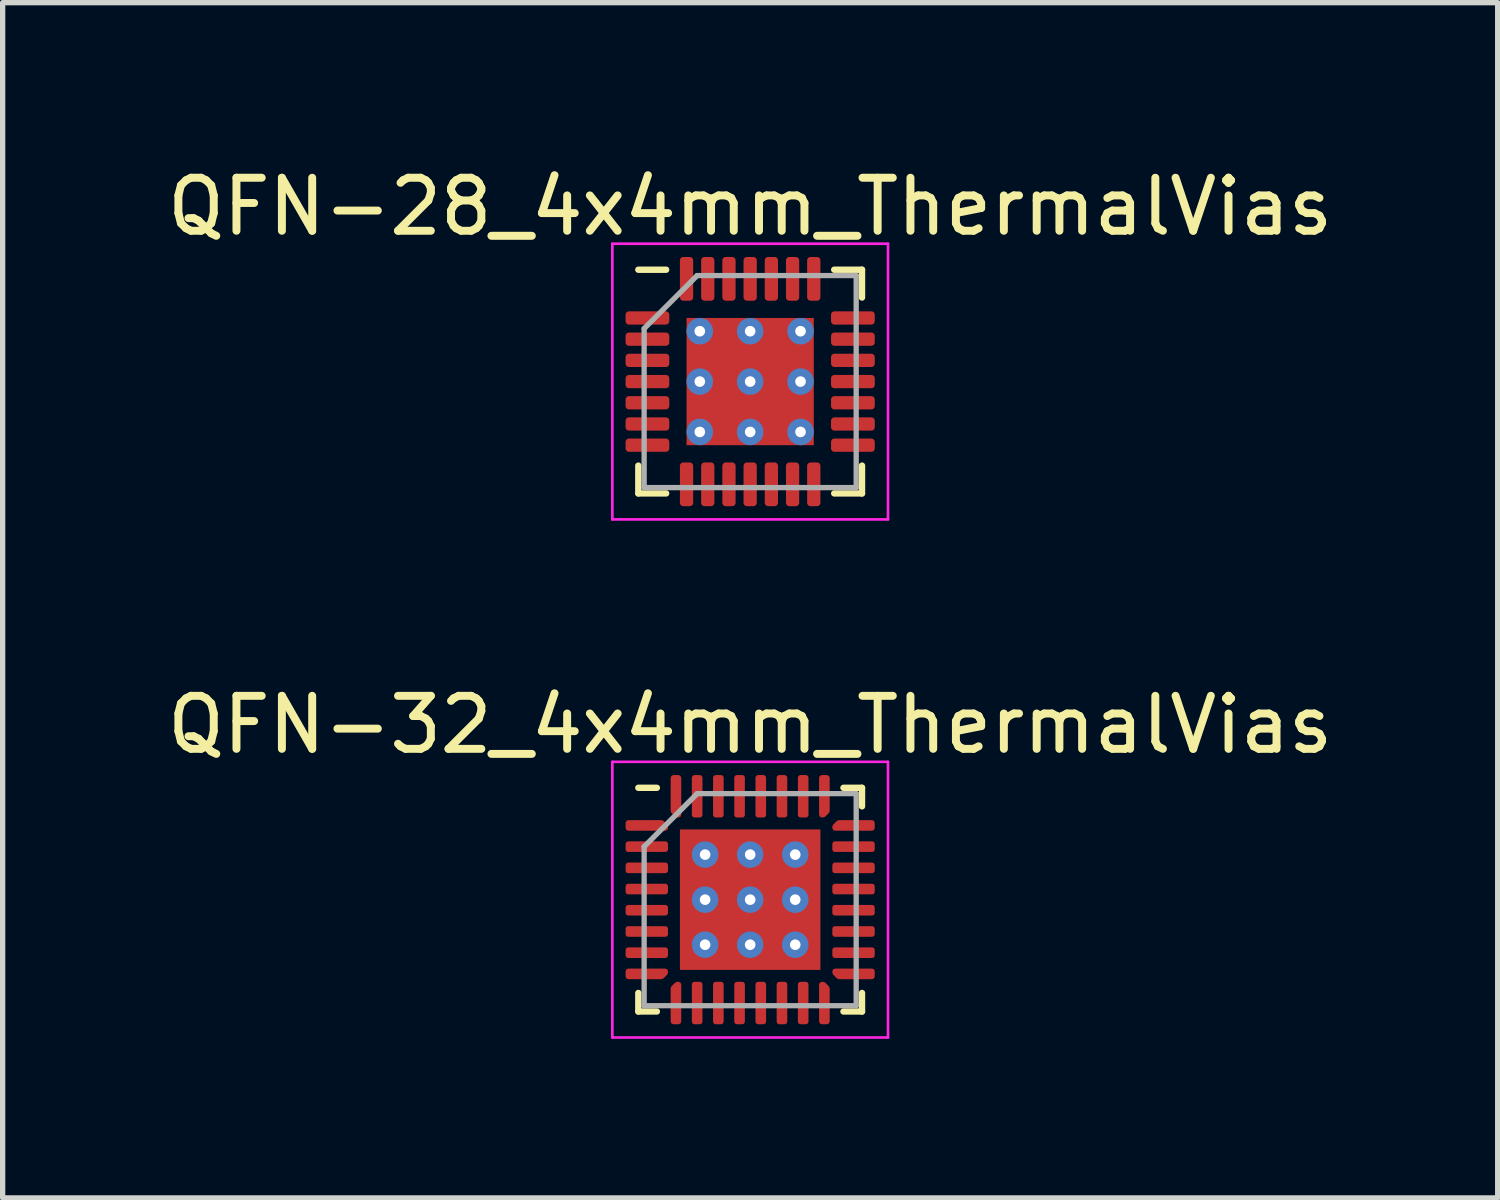
<source format=kicad_pcb>
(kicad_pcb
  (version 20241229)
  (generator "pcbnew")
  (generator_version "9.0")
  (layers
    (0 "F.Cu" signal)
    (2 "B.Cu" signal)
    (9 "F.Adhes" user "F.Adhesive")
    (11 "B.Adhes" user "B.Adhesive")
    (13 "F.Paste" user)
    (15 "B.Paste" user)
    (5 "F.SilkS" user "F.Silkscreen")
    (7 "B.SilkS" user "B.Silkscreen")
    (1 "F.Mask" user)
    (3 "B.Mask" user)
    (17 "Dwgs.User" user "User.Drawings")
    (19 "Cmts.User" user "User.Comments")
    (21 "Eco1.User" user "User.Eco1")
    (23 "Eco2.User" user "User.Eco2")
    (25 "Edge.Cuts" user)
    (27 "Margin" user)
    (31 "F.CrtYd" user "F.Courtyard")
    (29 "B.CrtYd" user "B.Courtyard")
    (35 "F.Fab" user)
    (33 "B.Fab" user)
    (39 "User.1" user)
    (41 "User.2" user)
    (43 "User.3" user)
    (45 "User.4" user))
  (footprint "QFN-32_4x4mm_ThermalVias"
    (layer "F.Cu")
    (at 11.101 13.921)
    (property "Reference" "QFN-32_4x4mm_ThermalVias" (at 0 -3.3 0) (layer "F.SilkS") (effects (font (size 1 1) (thickness 0.15))))
    (attr smd)
    (fp_line (start -2.11 2.11) (end -2.11 1.76) (stroke (width 0.12) (type solid)) (layer "F.SilkS"))
    (fp_line (start -1.76 -2.11) (end -2.11 -2.11) (stroke (width 0.12) (type solid)) (layer "F.SilkS"))
    (fp_line (start -1.76 2.11) (end -2.11 2.11) (stroke (width 0.12) (type solid)) (layer "F.SilkS"))
    (fp_line (start 1.76 -2.11) (end 2.11 -2.11) (stroke (width 0.12) (type solid)) (layer "F.SilkS"))
    (fp_line (start 1.76 2.11) (end 2.11 2.11) (stroke (width 0.12) (type solid)) (layer "F.SilkS"))
    (fp_line (start 2.11 -2.11) (end 2.11 -1.76) (stroke (width 0.12) (type solid)) (layer "F.SilkS"))
    (fp_line (start 2.11 2.11) (end 2.11 1.76) (stroke (width 0.12) (type solid)) (layer "F.SilkS"))
    (fp_line (start -2.6 -2.6) (end -2.6 2.6) (stroke (width 0.05) (type solid)) (layer "F.CrtYd"))
    (fp_line (start -2.6 2.6) (end 2.6 2.6) (stroke (width 0.05) (type solid)) (layer "F.CrtYd"))
    (fp_line (start 2.6 -2.6) (end -2.6 -2.6) (stroke (width 0.05) (type solid)) (layer "F.CrtYd"))
    (fp_line (start 2.6 2.6) (end 2.6 -2.6) (stroke (width 0.05) (type solid)) (layer "F.CrtYd"))
    (fp_line (start -2 -1) (end -1 -2) (stroke (width 0.1) (type solid)) (layer "F.Fab"))
    (fp_line (start -2 2) (end -2 -1) (stroke (width 0.1) (type solid)) (layer "F.Fab"))
    (fp_line (start -1 -2) (end 2 -2) (stroke (width 0.1) (type solid)) (layer "F.Fab"))
    (fp_line (start 2 -2) (end 2 2) (stroke (width 0.1) (type solid)) (layer "F.Fab"))
    (fp_line (start 2 2) (end -2 2) (stroke (width 0.1) (type solid)) (layer "F.Fab"))
    (pad "" smd custom (at -1.087 -1.087) (size 0.248 0.248) (layers "F.Paste") (options (anchor circle)) (primitives (gr_poly (pts (xy -0.096 -0.096) (xy 0.096 -0.096) (xy 0.096 -0.039) (xy -0.039 0.096) (xy -0.096 0.096)) (width 0.191) (fill yes))))
    (pad "" smd custom (at -1.087 -0.425) (size 0.274 0.274) (layers "F.Paste") (options (anchor circle)) (primitives (gr_poly (pts (xy -0.096 -0.247) (xy -0.003 -0.247) (xy 0.096 -0.149) (xy 0.096 0.149) (xy -0.003 0.247) (xy -0.096 0.247)) (width 0.191) (fill yes))))
    (pad "" smd custom (at -1.087 0.425) (size 0.274 0.274) (layers "F.Paste") (options (anchor circle)) (primitives (gr_poly (pts (xy -0.096 -0.247) (xy -0.003 -0.247) (xy 0.096 -0.149) (xy 0.096 0.149) (xy -0.003 0.247) (xy -0.096 0.247)) (width 0.191) (fill yes))))
    (pad "" smd custom (at -1.087 1.087) (size 0.248 0.248) (layers "F.Paste") (options (anchor circle)) (primitives (gr_poly (pts (xy -0.096 -0.096) (xy -0.039 -0.096) (xy 0.096 0.039) (xy 0.096 0.096) (xy -0.096 0.096)) (width 0.191) (fill yes))))
    (pad "" smd custom (at -0.425 -1.087) (size 0.274 0.274) (layers "F.Paste") (options (anchor circle)) (primitives (gr_poly (pts (xy -0.247 -0.096) (xy 0.247 -0.096) (xy 0.247 -0.003) (xy 0.149 0.096) (xy -0.149 0.096) (xy -0.247 -0.003)) (width 0.191) (fill yes))))
    (pad "" smd custom (at -0.425 -0.425) (size 0.602 0.602) (layers "F.Paste") (options (anchor circle)) (primitives (gr_poly (pts (xy -0.259 -0.19) (xy -0.19 -0.259) (xy 0.19 -0.259) (xy 0.259 -0.19) (xy 0.259 0.19) (xy 0.19 0.259) (xy -0.19 0.259) (xy -0.259 0.19)) (width 0.167) (fill yes))))
    (pad "" smd custom (at -0.425 0.425) (size 0.602 0.602) (layers "F.Paste") (options (anchor circle)) (primitives (gr_poly (pts (xy -0.259 -0.19) (xy -0.19 -0.259) (xy 0.19 -0.259) (xy 0.259 -0.19) (xy 0.259 0.19) (xy 0.19 0.259) (xy -0.19 0.259) (xy -0.259 0.19)) (width 0.167) (fill yes))))
    (pad "" smd custom (at -0.425 1.087) (size 0.274 0.274) (layers "F.Paste") (options (anchor circle)) (primitives (gr_poly (pts (xy -0.247 0.003) (xy -0.149 -0.096) (xy 0.149 -0.096) (xy 0.247 0.003) (xy 0.247 0.096) (xy -0.247 0.096)) (width 0.191) (fill yes))))
    (pad "" smd custom (at 0.425 -1.087) (size 0.274 0.274) (layers "F.Paste") (options (anchor circle)) (primitives (gr_poly (pts (xy -0.247 -0.096) (xy 0.247 -0.096) (xy 0.247 -0.003) (xy 0.149 0.096) (xy -0.149 0.096) (xy -0.247 -0.003)) (width 0.191) (fill yes))))
    (pad "" smd custom (at 0.425 -0.425) (size 0.602 0.602) (layers "F.Paste") (options (anchor circle)) (primitives (gr_poly (pts (xy -0.259 -0.19) (xy -0.19 -0.259) (xy 0.19 -0.259) (xy 0.259 -0.19) (xy 0.259 0.19) (xy 0.19 0.259) (xy -0.19 0.259) (xy -0.259 0.19)) (width 0.167) (fill yes))))
    (pad "" smd custom (at 0.425 0.425) (size 0.602 0.602) (layers "F.Paste") (options (anchor circle)) (primitives (gr_poly (pts (xy -0.259 -0.19) (xy -0.19 -0.259) (xy 0.19 -0.259) (xy 0.259 -0.19) (xy 0.259 0.19) (xy 0.19 0.259) (xy -0.19 0.259) (xy -0.259 0.19)) (width 0.167) (fill yes))))
    (pad "" smd custom (at 0.425 1.087) (size 0.274 0.274) (layers "F.Paste") (options (anchor circle)) (primitives (gr_poly (pts (xy -0.247 0.003) (xy -0.149 -0.096) (xy 0.149 -0.096) (xy 0.247 0.003) (xy 0.247 0.096) (xy -0.247 0.096)) (width 0.191) (fill yes))))
    (pad "" smd custom (at 1.087 -1.087) (size 0.248 0.248) (layers "F.Paste") (options (anchor circle)) (primitives (gr_poly (pts (xy -0.096 -0.096) (xy 0.096 -0.096) (xy 0.096 0.096) (xy 0.039 0.096) (xy -0.096 -0.039)) (width 0.191) (fill yes))))
    (pad "" smd custom (at 1.087 -0.425) (size 0.274 0.274) (layers "F.Paste") (options (anchor circle)) (primitives (gr_poly (pts (xy -0.096 -0.149) (xy 0.003 -0.247) (xy 0.096 -0.247) (xy 0.096 0.247) (xy 0.003 0.247) (xy -0.096 0.149)) (width 0.191) (fill yes))))
    (pad "" smd custom (at 1.087 0.425) (size 0.274 0.274) (layers "F.Paste") (options (anchor circle)) (primitives (gr_poly (pts (xy -0.096 -0.149) (xy 0.003 -0.247) (xy 0.096 -0.247) (xy 0.096 0.247) (xy 0.003 0.247) (xy -0.096 0.149)) (width 0.191) (fill yes))))
    (pad "" smd custom (at 1.087 1.087) (size 0.248 0.248) (layers "F.Paste") (options (anchor circle)) (primitives (gr_poly (pts (xy -0.096 0.039) (xy 0.039 -0.096) (xy 0.096 -0.096) (xy 0.096 0.096) (xy -0.096 0.096)) (width 0.191) (fill yes))))
    (pad "1" smd custom (at -1.95 -1.4) (size 0.129 0.129) (layers "F.Cu" "F.Mask" "F.Paste") (options (anchor circle)) (primitives (gr_poly (pts (xy -0.35 -0.05) (xy 0.279 -0.05) (xy 0.35 0.021) (xy 0.35 0.05) (xy -0.35 0.05)) (width 0.1) (fill yes))))
    (pad "2" smd roundrect (at -1.95 -1) (size 0.8 0.2) (layers "F.Cu" "F.Mask" "F.Paste") (roundrect_rratio 0.25))
    (pad "3" smd roundrect (at -1.95 -0.6) (size 0.8 0.2) (layers "F.Cu" "F.Mask" "F.Paste") (roundrect_rratio 0.25))
    (pad "4" smd roundrect (at -1.95 -0.2) (size 0.8 0.2) (layers "F.Cu" "F.Mask" "F.Paste") (roundrect_rratio 0.25))
    (pad "5" smd roundrect (at -1.95 0.2) (size 0.8 0.2) (layers "F.Cu" "F.Mask" "F.Paste") (roundrect_rratio 0.25))
    (pad "6" smd roundrect (at -1.95 0.6) (size 0.8 0.2) (layers "F.Cu" "F.Mask" "F.Paste") (roundrect_rratio 0.25))
    (pad "7" smd roundrect (at -1.95 1) (size 0.8 0.2) (layers "F.Cu" "F.Mask" "F.Paste") (roundrect_rratio 0.25))
    (pad "8" smd custom (at -1.95 1.4) (size 0.129 0.129) (layers "F.Cu" "F.Mask" "F.Paste") (options (anchor circle)) (primitives (gr_poly (pts (xy -0.35 -0.05) (xy 0.35 -0.05) (xy 0.35 -0.021) (xy 0.279 0.05) (xy -0.35 0.05)) (width 0.1) (fill yes))))
    (pad "9" smd custom (at -1.4 1.95) (size 0.129 0.129) (layers "F.Cu" "F.Mask" "F.Paste") (options (anchor circle)) (primitives (gr_poly (pts (xy -0.05 -0.279) (xy 0.021 -0.35) (xy 0.05 -0.35) (xy 0.05 0.35) (xy -0.05 0.35)) (width 0.1) (fill yes))))
    (pad "10" smd roundrect (at -1 1.95) (size 0.2 0.8) (layers "F.Cu" "F.Mask" "F.Paste") (roundrect_rratio 0.25))
    (pad "11" smd roundrect (at -0.6 1.95) (size 0.2 0.8) (layers "F.Cu" "F.Mask" "F.Paste") (roundrect_rratio 0.25))
    (pad "12" smd roundrect (at -0.2 1.95) (size 0.2 0.8) (layers "F.Cu" "F.Mask" "F.Paste") (roundrect_rratio 0.25))
    (pad "13" smd roundrect (at 0.2 1.95) (size 0.2 0.8) (layers "F.Cu" "F.Mask" "F.Paste") (roundrect_rratio 0.25))
    (pad "14" smd roundrect (at 0.6 1.95) (size 0.2 0.8) (layers "F.Cu" "F.Mask" "F.Paste") (roundrect_rratio 0.25))
    (pad "15" smd roundrect (at 1 1.95) (size 0.2 0.8) (layers "F.Cu" "F.Mask" "F.Paste") (roundrect_rratio 0.25))
    (pad "16" smd custom (at 1.4 1.95) (size 0.129 0.129) (layers "F.Cu" "F.Mask" "F.Paste") (options (anchor circle)) (primitives (gr_poly (pts (xy -0.05 -0.35) (xy -0.021 -0.35) (xy 0.05 -0.279) (xy 0.05 0.35) (xy -0.05 0.35)) (width 0.1) (fill yes))))
    (pad "17" smd custom (at 1.95 1.4) (size 0.129 0.129) (layers "F.Cu" "F.Mask" "F.Paste") (options (anchor circle)) (primitives (gr_poly (pts (xy -0.35 -0.05) (xy 0.35 -0.05) (xy 0.35 0.05) (xy -0.279 0.05) (xy -0.35 -0.021)) (width 0.1) (fill yes))))
    (pad "18" smd roundrect (at 1.95 1) (size 0.8 0.2) (layers "F.Cu" "F.Mask" "F.Paste") (roundrect_rratio 0.25))
    (pad "19" smd roundrect (at 1.95 0.6) (size 0.8 0.2) (layers "F.Cu" "F.Mask" "F.Paste") (roundrect_rratio 0.25))
    (pad "20" smd roundrect (at 1.95 0.2) (size 0.8 0.2) (layers "F.Cu" "F.Mask" "F.Paste") (roundrect_rratio 0.25))
    (pad "21" smd roundrect (at 1.95 -0.2) (size 0.8 0.2) (layers "F.Cu" "F.Mask" "F.Paste") (roundrect_rratio 0.25))
    (pad "22" smd roundrect (at 1.95 -0.6) (size 0.8 0.2) (layers "F.Cu" "F.Mask" "F.Paste") (roundrect_rratio 0.25))
    (pad "23" smd roundrect (at 1.95 -1) (size 0.8 0.2) (layers "F.Cu" "F.Mask" "F.Paste") (roundrect_rratio 0.25))
    (pad "24" smd custom (at 1.95 -1.4) (size 0.129 0.129) (layers "F.Cu" "F.Mask" "F.Paste") (options (anchor circle)) (primitives (gr_poly (pts (xy -0.35 0.021) (xy -0.279 -0.05) (xy 0.35 -0.05) (xy 0.35 0.05) (xy -0.35 0.05)) (width 0.1) (fill yes))))
    (pad "25" smd custom (at 1.4 -1.95) (size 0.129 0.129) (layers "F.Cu" "F.Mask" "F.Paste") (options (anchor circle)) (primitives (gr_poly (pts (xy -0.05 -0.35) (xy 0.05 -0.35) (xy 0.05 0.279) (xy -0.021 0.35) (xy -0.05 0.35)) (width 0.1) (fill yes))))
    (pad "26" smd roundrect (at 1 -1.95) (size 0.2 0.8) (layers "F.Cu" "F.Mask" "F.Paste") (roundrect_rratio 0.25))
    (pad "27" smd roundrect (at 0.6 -1.95) (size 0.2 0.8) (layers "F.Cu" "F.Mask" "F.Paste") (roundrect_rratio 0.25))
    (pad "28" smd roundrect (at 0.2 -1.95) (size 0.2 0.8) (layers "F.Cu" "F.Mask" "F.Paste") (roundrect_rratio 0.25))
    (pad "29" smd roundrect (at -0.2 -1.95) (size 0.2 0.8) (layers "F.Cu" "F.Mask" "F.Paste") (roundrect_rratio 0.25))
    (pad "30" smd roundrect (at -0.6 -1.95) (size 0.2 0.8) (layers "F.Cu" "F.Mask" "F.Paste") (roundrect_rratio 0.25))
    (pad "31" smd roundrect (at -1 -1.95) (size 0.2 0.8) (layers "F.Cu" "F.Mask" "F.Paste") (roundrect_rratio 0.25))
    (pad "32" smd custom (at -1.4 -1.95) (size 0.129 0.129) (layers "F.Cu" "F.Mask" "F.Paste") (options (anchor circle)) (primitives (gr_poly (pts (xy -0.05 -0.35) (xy 0.05 -0.35) (xy 0.05 0.35) (xy 0.021 0.35) (xy -0.05 0.279)) (width 0.1) (fill yes))))
    (pad "33" thru_hole circle (at -0.85 -0.85) (size 0.5 0.5) (drill 0.2) (layers "*.Cu"))
    (pad "33" thru_hole circle (at -0.85 0) (size 0.5 0.5) (drill 0.2) (layers "*.Cu"))
    (pad "33" thru_hole circle (at -0.85 0.85) (size 0.5 0.5) (drill 0.2) (layers "*.Cu"))
    (pad "33" thru_hole circle (at 0 -0.85) (size 0.5 0.5) (drill 0.2) (layers "*.Cu"))
    (pad "33" thru_hole circle (at 0 0) (size 0.5 0.5) (drill 0.2) (layers "*.Cu"))
    (pad "33" smd rect (at 0 0) (size 2.65 2.65) (layers "F.Cu" "F.Mask"))
    (pad "33" thru_hole circle (at 0 0.85) (size 0.5 0.5) (drill 0.2) (layers "*.Cu"))
    (pad "33" thru_hole circle (at 0.85 -0.85) (size 0.5 0.5) (drill 0.2) (layers "*.Cu"))
    (pad "33" thru_hole circle (at 0.85 0) (size 0.5 0.5) (drill 0.2) (layers "*.Cu"))
    (pad "33" thru_hole circle (at 0.85 0.85) (size 0.5 0.5) (drill 0.2) (layers "*.Cu")))
  (footprint "QFN-28_4x4mm_ThermalVias"
    (layer "F.Cu")
    (at 11.101 4.148)
    (property "Reference" "QFN-28_4x4mm_ThermalVias" (at 0 -3.3 0) (layer "F.SilkS") (effects (font (size 1 1) (thickness 0.15))))
    (attr smd)
    (fp_line (start -2.11 2.11) (end -2.11 1.585) (stroke (width 0.12) (type solid)) (layer "F.SilkS"))
    (fp_line (start -1.585 -2.11) (end -2.11 -2.11) (stroke (width 0.12) (type solid)) (layer "F.SilkS"))
    (fp_line (start -1.585 2.11) (end -2.11 2.11) (stroke (width 0.12) (type solid)) (layer "F.SilkS"))
    (fp_line (start 1.585 -2.11) (end 2.11 -2.11) (stroke (width 0.12) (type solid)) (layer "F.SilkS"))
    (fp_line (start 1.585 2.11) (end 2.11 2.11) (stroke (width 0.12) (type solid)) (layer "F.SilkS"))
    (fp_line (start 2.11 -2.11) (end 2.11 -1.585) (stroke (width 0.12) (type solid)) (layer "F.SilkS"))
    (fp_line (start 2.11 2.11) (end 2.11 1.585) (stroke (width 0.12) (type solid)) (layer "F.SilkS"))
    (fp_line (start -2.6 -2.6) (end -2.6 2.6) (stroke (width 0.05) (type solid)) (layer "F.CrtYd"))
    (fp_line (start -2.6 2.6) (end 2.6 2.6) (stroke (width 0.05) (type solid)) (layer "F.CrtYd"))
    (fp_line (start 2.6 -2.6) (end -2.6 -2.6) (stroke (width 0.05) (type solid)) (layer "F.CrtYd"))
    (fp_line (start 2.6 2.6) (end 2.6 -2.6) (stroke (width 0.05) (type solid)) (layer "F.CrtYd"))
    (fp_line (start -2 -1) (end -1 -2) (stroke (width 0.1) (type solid)) (layer "F.Fab"))
    (fp_line (start -2 2) (end -2 -1) (stroke (width 0.1) (type solid)) (layer "F.Fab"))
    (fp_line (start -1 -2) (end 2 -2) (stroke (width 0.1) (type solid)) (layer "F.Fab"))
    (fp_line (start 2 -2) (end 2 2) (stroke (width 0.1) (type solid)) (layer "F.Fab"))
    (fp_line (start 2 2) (end -2 2) (stroke (width 0.1) (type solid)) (layer "F.Fab"))
    (pad "" smd roundrect (at -0.6 -0.6) (size 1.04 1.04) (layers "F.Paste") (roundrect_rratio 0.24))
    (pad "" smd roundrect (at -0.6 0.6) (size 1.04 1.04) (layers "F.Paste") (roundrect_rratio 0.24))
    (pad "" smd roundrect (at 0.6 -0.6) (size 1.04 1.04) (layers "F.Paste") (roundrect_rratio 0.24))
    (pad "" smd roundrect (at 0.6 0.6) (size 1.04 1.04) (layers "F.Paste") (roundrect_rratio 0.24))
    (pad "1" smd roundrect (at -1.938 -1.2) (size 0.825 0.25) (layers "F.Cu" "F.Mask" "F.Paste") (roundrect_rratio 0.25))
    (pad "2" smd roundrect (at -1.938 -0.8) (size 0.825 0.25) (layers "F.Cu" "F.Mask" "F.Paste") (roundrect_rratio 0.25))
    (pad "3" smd roundrect (at -1.938 -0.4) (size 0.825 0.25) (layers "F.Cu" "F.Mask" "F.Paste") (roundrect_rratio 0.25))
    (pad "4" smd roundrect (at -1.938 0) (size 0.825 0.25) (layers "F.Cu" "F.Mask" "F.Paste") (roundrect_rratio 0.25))
    (pad "5" smd roundrect (at -1.938 0.4) (size 0.825 0.25) (layers "F.Cu" "F.Mask" "F.Paste") (roundrect_rratio 0.25))
    (pad "6" smd roundrect (at -1.938 0.8) (size 0.825 0.25) (layers "F.Cu" "F.Mask" "F.Paste") (roundrect_rratio 0.25))
    (pad "7" smd roundrect (at -1.938 1.2) (size 0.825 0.25) (layers "F.Cu" "F.Mask" "F.Paste") (roundrect_rratio 0.25))
    (pad "8" smd roundrect (at -1.2 1.938) (size 0.25 0.825) (layers "F.Cu" "F.Mask" "F.Paste") (roundrect_rratio 0.25))
    (pad "9" smd roundrect (at -0.8 1.938) (size 0.25 0.825) (layers "F.Cu" "F.Mask" "F.Paste") (roundrect_rratio 0.25))
    (pad "10" smd roundrect (at -0.4 1.938) (size 0.25 0.825) (layers "F.Cu" "F.Mask" "F.Paste") (roundrect_rratio 0.25))
    (pad "11" smd roundrect (at 0 1.938) (size 0.25 0.825) (layers "F.Cu" "F.Mask" "F.Paste") (roundrect_rratio 0.25))
    (pad "12" smd roundrect (at 0.4 1.938) (size 0.25 0.825) (layers "F.Cu" "F.Mask" "F.Paste") (roundrect_rratio 0.25))
    (pad "13" smd roundrect (at 0.8 1.938) (size 0.25 0.825) (layers "F.Cu" "F.Mask" "F.Paste") (roundrect_rratio 0.25))
    (pad "14" smd roundrect (at 1.2 1.938) (size 0.25 0.825) (layers "F.Cu" "F.Mask" "F.Paste") (roundrect_rratio 0.25))
    (pad "15" smd roundrect (at 1.938 1.2) (size 0.825 0.25) (layers "F.Cu" "F.Mask" "F.Paste") (roundrect_rratio 0.25))
    (pad "16" smd roundrect (at 1.938 0.8) (size 0.825 0.25) (layers "F.Cu" "F.Mask" "F.Paste") (roundrect_rratio 0.25))
    (pad "17" smd roundrect (at 1.938 0.4) (size 0.825 0.25) (layers "F.Cu" "F.Mask" "F.Paste") (roundrect_rratio 0.25))
    (pad "18" smd roundrect (at 1.938 0) (size 0.825 0.25) (layers "F.Cu" "F.Mask" "F.Paste") (roundrect_rratio 0.25))
    (pad "19" smd roundrect (at 1.938 -0.4) (size 0.825 0.25) (layers "F.Cu" "F.Mask" "F.Paste") (roundrect_rratio 0.25))
    (pad "20" smd roundrect (at 1.938 -0.8) (size 0.825 0.25) (layers "F.Cu" "F.Mask" "F.Paste") (roundrect_rratio 0.25))
    (pad "21" smd roundrect (at 1.938 -1.2) (size 0.825 0.25) (layers "F.Cu" "F.Mask" "F.Paste") (roundrect_rratio 0.25))
    (pad "22" smd roundrect (at 1.2 -1.938) (size 0.25 0.825) (layers "F.Cu" "F.Mask" "F.Paste") (roundrect_rratio 0.25))
    (pad "23" smd roundrect (at 0.8 -1.938) (size 0.25 0.825) (layers "F.Cu" "F.Mask" "F.Paste") (roundrect_rratio 0.25))
    (pad "24" smd roundrect (at 0.4 -1.938) (size 0.25 0.825) (layers "F.Cu" "F.Mask" "F.Paste") (roundrect_rratio 0.25))
    (pad "25" smd roundrect (at 0 -1.938) (size 0.25 0.825) (layers "F.Cu" "F.Mask" "F.Paste") (roundrect_rratio 0.25))
    (pad "26" smd roundrect (at -0.4 -1.938) (size 0.25 0.825) (layers "F.Cu" "F.Mask" "F.Paste") (roundrect_rratio 0.25))
    (pad "27" smd roundrect (at -0.8 -1.938) (size 0.25 0.825) (layers "F.Cu" "F.Mask" "F.Paste") (roundrect_rratio 0.25))
    (pad "28" smd roundrect (at -1.2 -1.938) (size 0.25 0.825) (layers "F.Cu" "F.Mask" "F.Paste") (roundrect_rratio 0.25))
    (pad "29" thru_hole circle (at -0.95 -0.95) (size 0.5 0.5) (drill 0.2) (layers "*.Cu"))
    (pad "29" thru_hole circle (at -0.95 0) (size 0.5 0.5) (drill 0.2) (layers "*.Cu"))
    (pad "29" thru_hole circle (at -0.95 0.95) (size 0.5 0.5) (drill 0.2) (layers "*.Cu"))
    (pad "29" thru_hole circle (at 0 -0.95) (size 0.5 0.5) (drill 0.2) (layers "*.Cu"))
    (pad "29" thru_hole circle (at 0 0) (size 0.5 0.5) (drill 0.2) (layers "*.Cu"))
    (pad "29" smd rect (at 0 0) (size 2.4 2.4) (layers "F.Cu" "F.Mask"))
    (pad "29" thru_hole circle (at 0 0.95) (size 0.5 0.5) (drill 0.2) (layers "*.Cu"))
    (pad "29" thru_hole circle (at 0.95 -0.95) (size 0.5 0.5) (drill 0.2) (layers "*.Cu"))
    (pad "29" thru_hole circle (at 0.95 0) (size 0.5 0.5) (drill 0.2) (layers "*.Cu"))
    (pad "29" thru_hole circle (at 0.95 0.95) (size 0.5 0.5) (drill 0.2) (layers "*.Cu")))
  (gr_rect
    (start -3 -3)
    (end 25.202 19.547)
    (stroke (width 0.1) (type default))
    (fill no)
    (layer "Edge.Cuts")))
</source>
